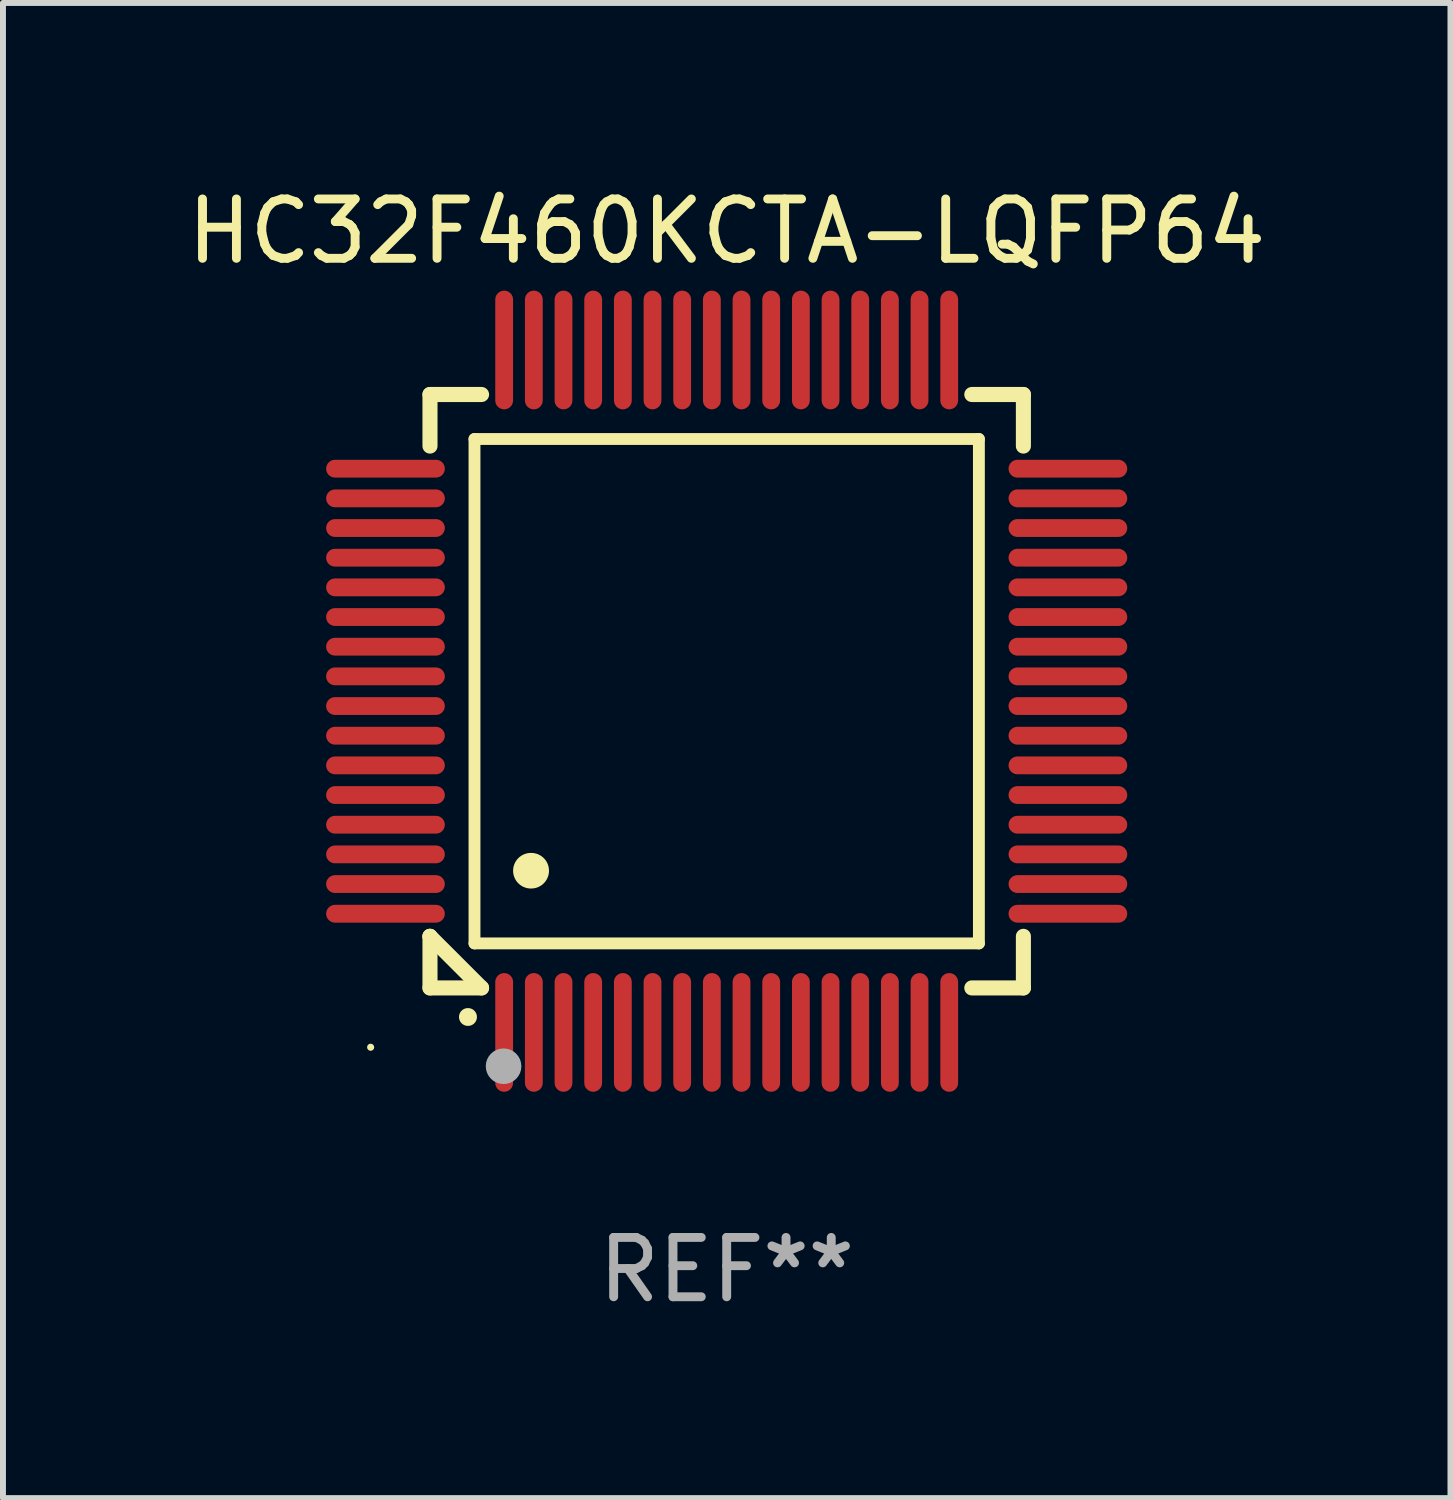
<source format=kicad_pcb>
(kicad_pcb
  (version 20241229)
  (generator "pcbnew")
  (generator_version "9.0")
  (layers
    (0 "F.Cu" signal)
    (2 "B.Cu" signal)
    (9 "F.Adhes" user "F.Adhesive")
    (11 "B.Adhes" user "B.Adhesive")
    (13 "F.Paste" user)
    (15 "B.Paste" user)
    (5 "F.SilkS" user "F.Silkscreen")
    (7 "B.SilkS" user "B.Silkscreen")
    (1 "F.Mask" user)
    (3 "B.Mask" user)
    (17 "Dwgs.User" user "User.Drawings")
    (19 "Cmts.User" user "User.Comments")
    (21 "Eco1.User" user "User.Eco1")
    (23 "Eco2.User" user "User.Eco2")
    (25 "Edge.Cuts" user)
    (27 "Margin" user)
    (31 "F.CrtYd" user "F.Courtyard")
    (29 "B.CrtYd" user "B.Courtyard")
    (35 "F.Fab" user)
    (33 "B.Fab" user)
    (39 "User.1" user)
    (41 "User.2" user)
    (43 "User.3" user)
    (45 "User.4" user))
  (footprint "HC32F460KCTA-LQFP64"
    (layer "F.Cu")
    (at 9.196 8.598)
    (property "Reference" "HC32F460KCTA-LQFP64" (at 0 -7.75 0) (layer "F.SilkS") (effects (font (size 1 1) (thickness 0.15))))
    (attr through_hole)
    (fp_line (start -5 -5) (end -4.131 -5) (stroke (width 0.254) (type solid)) (layer "F.SilkS"))
    (fp_line (start -5 -4.131) (end -5 -5) (stroke (width 0.254) (type solid)) (layer "F.SilkS"))
    (fp_line (start -5 4.131) (end -5 4.131) (stroke (width 0.254) (type solid)) (layer "F.SilkS"))
    (fp_line (start -5 5) (end -5 4.131) (stroke (width 0.254) (type solid)) (layer "F.SilkS"))
    (fp_line (start -5 4.131) (end -4.131 5) (stroke (width 0.254) (type solid)) (layer "F.SilkS"))
    (fp_line (start -4.25 -4.25) (end -4.25 4.25) (stroke (width 0.2) (type solid)) (layer "F.SilkS"))
    (fp_line (start -4.25 4.25) (end 4.25 4.25) (stroke (width 0.2) (type solid)) (layer "F.SilkS"))
    (fp_line (start -4.131 5) (end -5 5) (stroke (width 0.254) (type solid)) (layer "F.SilkS"))
    (fp_line (start 4.25 -4.25) (end -4.25 -4.25) (stroke (width 0.2) (type solid)) (layer "F.SilkS"))
    (fp_line (start 4.25 4.25) (end 4.25 -4.25) (stroke (width 0.2) (type solid)) (layer "F.SilkS"))
    (fp_line (start 5 -5) (end 4.131 -5) (stroke (width 0.254) (type solid)) (layer "F.SilkS"))
    (fp_line (start 5 -5) (end 5 -4.131) (stroke (width 0.254) (type solid)) (layer "F.SilkS"))
    (fp_line (start 5 4.131) (end 5 5) (stroke (width 0.254) (type solid)) (layer "F.SilkS"))
    (fp_line (start 5 5) (end 4.131 5) (stroke (width 0.254) (type solid)) (layer "F.SilkS"))
    (fp_arc (start -4.361265 5.489992) (mid -4.359995 5.489987) (end -4.358725 5.489992) (stroke (width 0.3) (type solid)) (layer "F.SilkS"))
    (fp_arc (start -3.299467 3.025146) (mid -3.296927 3.025135) (end -3.294387 3.025146) (stroke (width 0.6) (type solid)) (layer "F.SilkS"))
    (fp_circle (center -6 6) (end -5.97 6) (stroke (width 0.06) (type solid)) (fill no) (layer "F.SilkS"))
    (fp_circle (center -3.76 6.32) (end -3.61 6.32) (stroke (width 0.3) (type solid)) (fill no) (layer "F.Fab"))
    (fp_text user "REF**" (at 0 9.75 0) (layer "F.Fab") (effects (font (size 1 1) (thickness 0.15))))
    (pad "1" smd oval (at -3.75 5.75) (size 0.3 2) (layers "F.Cu" "F.Mask" "F.Paste"))
    (pad "2" smd oval (at -3.25 5.75) (size 0.3 2) (layers "F.Cu" "F.Mask" "F.Paste"))
    (pad "3" smd oval (at -2.75 5.75) (size 0.3 2) (layers "F.Cu" "F.Mask" "F.Paste"))
    (pad "4" smd oval (at -2.25 5.75) (size 0.3 2) (layers "F.Cu" "F.Mask" "F.Paste"))
    (pad "5" smd oval (at -1.75 5.75) (size 0.3 2) (layers "F.Cu" "F.Mask" "F.Paste"))
    (pad "6" smd oval (at -1.25 5.75) (size 0.3 2) (layers "F.Cu" "F.Mask" "F.Paste"))
    (pad "7" smd oval (at -0.75 5.75) (size 0.3 2) (layers "F.Cu" "F.Mask" "F.Paste"))
    (pad "8" smd oval (at -0.25 5.75) (size 0.3 2) (layers "F.Cu" "F.Mask" "F.Paste"))
    (pad "9" smd oval (at 0.25 5.75) (size 0.3 2) (layers "F.Cu" "F.Mask" "F.Paste"))
    (pad "10" smd oval (at 0.75 5.75) (size 0.3 2) (layers "F.Cu" "F.Mask" "F.Paste"))
    (pad "11" smd oval (at 1.25 5.75) (size 0.3 2) (layers "F.Cu" "F.Mask" "F.Paste"))
    (pad "12" smd oval (at 1.75 5.75) (size 0.3 2) (layers "F.Cu" "F.Mask" "F.Paste"))
    (pad "13" smd oval (at 2.25 5.75) (size 0.3 2) (layers "F.Cu" "F.Mask" "F.Paste"))
    (pad "14" smd oval (at 2.75 5.75) (size 0.3 2) (layers "F.Cu" "F.Mask" "F.Paste"))
    (pad "15" smd oval (at 3.25 5.75) (size 0.3 2) (layers "F.Cu" "F.Mask" "F.Paste"))
    (pad "16" smd oval (at 3.75 5.75) (size 0.3 2) (layers "F.Cu" "F.Mask" "F.Paste"))
    (pad "17" smd oval (at 5.75 3.75) (size 2 0.3) (layers "F.Cu" "F.Mask" "F.Paste"))
    (pad "18" smd oval (at 5.75 3.25) (size 2 0.3) (layers "F.Cu" "F.Mask" "F.Paste"))
    (pad "19" smd oval (at 5.75 2.75) (size 2 0.3) (layers "F.Cu" "F.Mask" "F.Paste"))
    (pad "20" smd oval (at 5.75 2.25) (size 2 0.3) (layers "F.Cu" "F.Mask" "F.Paste"))
    (pad "21" smd oval (at 5.75 1.75) (size 2 0.3) (layers "F.Cu" "F.Mask" "F.Paste"))
    (pad "22" smd oval (at 5.75 1.25) (size 2 0.3) (layers "F.Cu" "F.Mask" "F.Paste"))
    (pad "23" smd oval (at 5.75 0.75) (size 2 0.3) (layers "F.Cu" "F.Mask" "F.Paste"))
    (pad "24" smd oval (at 5.75 0.25) (size 2 0.3) (layers "F.Cu" "F.Mask" "F.Paste"))
    (pad "25" smd oval (at 5.75 -0.25) (size 2 0.3) (layers "F.Cu" "F.Mask" "F.Paste"))
    (pad "26" smd oval (at 5.75 -0.75) (size 2 0.3) (layers "F.Cu" "F.Mask" "F.Paste"))
    (pad "27" smd oval (at 5.75 -1.25) (size 2 0.3) (layers "F.Cu" "F.Mask" "F.Paste"))
    (pad "28" smd oval (at 5.75 -1.75) (size 2 0.3) (layers "F.Cu" "F.Mask" "F.Paste"))
    (pad "29" smd oval (at 5.75 -2.25) (size 2 0.3) (layers "F.Cu" "F.Mask" "F.Paste"))
    (pad "30" smd oval (at 5.75 -2.75) (size 2 0.3) (layers "F.Cu" "F.Mask" "F.Paste"))
    (pad "31" smd oval (at 5.75 -3.25) (size 2 0.3) (layers "F.Cu" "F.Mask" "F.Paste"))
    (pad "32" smd oval (at 5.75 -3.75) (size 2 0.3) (layers "F.Cu" "F.Mask" "F.Paste"))
    (pad "33" smd oval (at 3.75 -5.75) (size 0.3 2) (layers "F.Cu" "F.Mask" "F.Paste"))
    (pad "34" smd oval (at 3.25 -5.75) (size 0.3 2) (layers "F.Cu" "F.Mask" "F.Paste"))
    (pad "35" smd oval (at 2.75 -5.75) (size 0.3 2) (layers "F.Cu" "F.Mask" "F.Paste"))
    (pad "36" smd oval (at 2.25 -5.75) (size 0.3 2) (layers "F.Cu" "F.Mask" "F.Paste"))
    (pad "37" smd oval (at 1.75 -5.75) (size 0.3 2) (layers "F.Cu" "F.Mask" "F.Paste"))
    (pad "38" smd oval (at 1.25 -5.75) (size 0.3 2) (layers "F.Cu" "F.Mask" "F.Paste"))
    (pad "39" smd oval (at 0.75 -5.75) (size 0.3 2) (layers "F.Cu" "F.Mask" "F.Paste"))
    (pad "40" smd oval (at 0.25 -5.75) (size 0.3 2) (layers "F.Cu" "F.Mask" "F.Paste"))
    (pad "41" smd oval (at -0.25 -5.75) (size 0.3 2) (layers "F.Cu" "F.Mask" "F.Paste"))
    (pad "42" smd oval (at -0.75 -5.75) (size 0.3 2) (layers "F.Cu" "F.Mask" "F.Paste"))
    (pad "43" smd oval (at -1.25 -5.75) (size 0.3 2) (layers "F.Cu" "F.Mask" "F.Paste"))
    (pad "44" smd oval (at -1.75 -5.75) (size 0.3 2) (layers "F.Cu" "F.Mask" "F.Paste"))
    (pad "45" smd oval (at -2.25 -5.75) (size 0.3 2) (layers "F.Cu" "F.Mask" "F.Paste"))
    (pad "46" smd oval (at -2.75 -5.75) (size 0.3 2) (layers "F.Cu" "F.Mask" "F.Paste"))
    (pad "47" smd oval (at -3.25 -5.75) (size 0.3 2) (layers "F.Cu" "F.Mask" "F.Paste"))
    (pad "48" smd oval (at -3.75 -5.75) (size 0.3 2) (layers "F.Cu" "F.Mask" "F.Paste"))
    (pad "49" smd oval (at -5.75 -3.75) (size 2 0.3) (layers "F.Cu" "F.Mask" "F.Paste"))
    (pad "50" smd oval (at -5.75 -3.25) (size 2 0.3) (layers "F.Cu" "F.Mask" "F.Paste"))
    (pad "51" smd oval (at -5.75 -2.75) (size 2 0.3) (layers "F.Cu" "F.Mask" "F.Paste"))
    (pad "52" smd oval (at -5.75 -2.25) (size 2 0.3) (layers "F.Cu" "F.Mask" "F.Paste"))
    (pad "53" smd oval (at -5.75 -1.75) (size 2 0.3) (layers "F.Cu" "F.Mask" "F.Paste"))
    (pad "54" smd oval (at -5.75 -1.25) (size 2 0.3) (layers "F.Cu" "F.Mask" "F.Paste"))
    (pad "55" smd oval (at -5.75 -0.75) (size 2 0.3) (layers "F.Cu" "F.Mask" "F.Paste"))
    (pad "56" smd oval (at -5.75 -0.25) (size 2 0.3) (layers "F.Cu" "F.Mask" "F.Paste"))
    (pad "57" smd oval (at -5.75 0.25) (size 2 0.3) (layers "F.Cu" "F.Mask" "F.Paste"))
    (pad "58" smd oval (at -5.75 0.75) (size 2 0.3) (layers "F.Cu" "F.Mask" "F.Paste"))
    (pad "59" smd oval (at -5.75 1.25) (size 2 0.3) (layers "F.Cu" "F.Mask" "F.Paste"))
    (pad "60" smd oval (at -5.75 1.75) (size 2 0.3) (layers "F.Cu" "F.Mask" "F.Paste"))
    (pad "61" smd oval (at -5.75 2.25) (size 2 0.3) (layers "F.Cu" "F.Mask" "F.Paste"))
    (pad "62" smd oval (at -5.75 2.75) (size 2 0.3) (layers "F.Cu" "F.Mask" "F.Paste"))
    (pad "63" smd oval (at -5.75 3.25) (size 2 0.3) (layers "F.Cu" "F.Mask" "F.Paste"))
    (pad "64" smd oval (at -5.75 3.75) (size 2 0.3) (layers "F.Cu" "F.Mask" "F.Paste")))
  (gr_rect
    (start -3 -3)
    (end 21.393 22.196)
    (stroke (width 0.1) (type default))
    (fill no)
    (layer "Edge.Cuts")))
</source>
